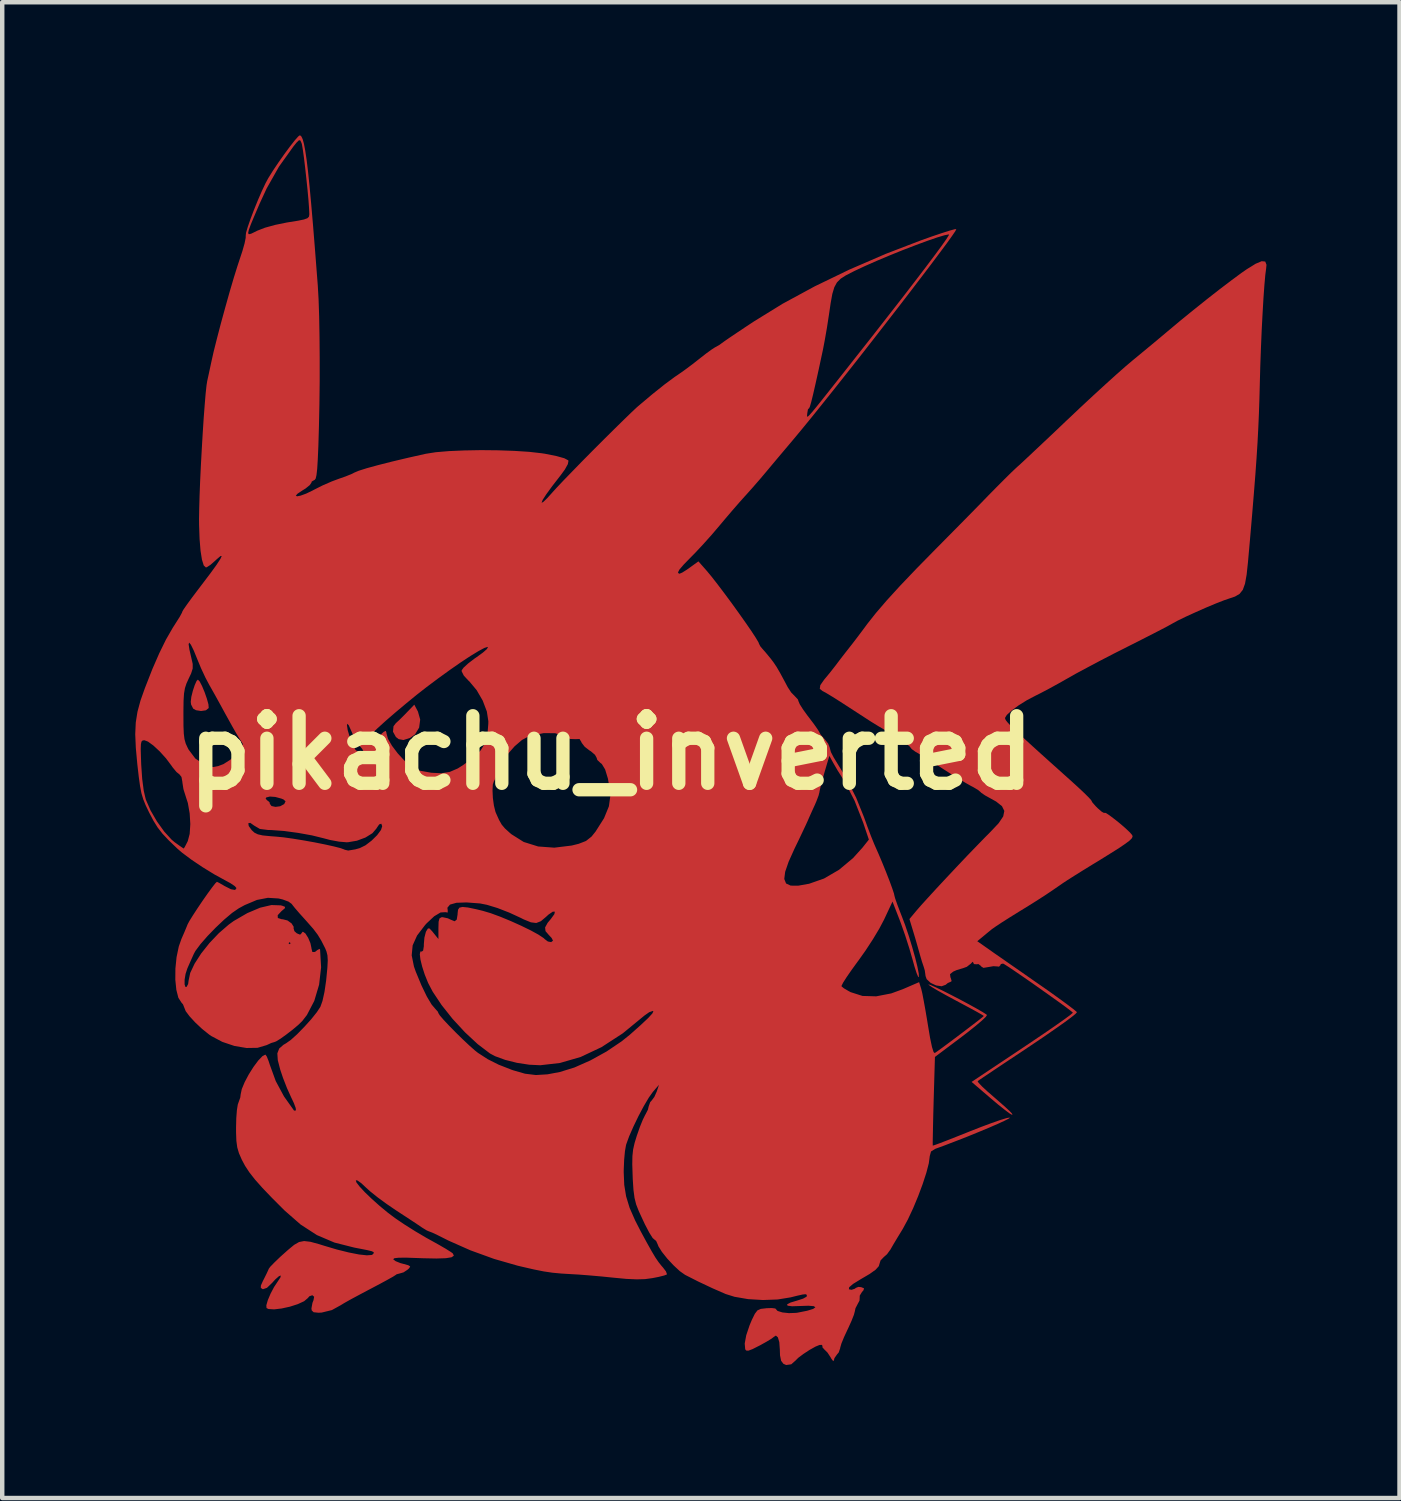
<source format=kicad_pcb>
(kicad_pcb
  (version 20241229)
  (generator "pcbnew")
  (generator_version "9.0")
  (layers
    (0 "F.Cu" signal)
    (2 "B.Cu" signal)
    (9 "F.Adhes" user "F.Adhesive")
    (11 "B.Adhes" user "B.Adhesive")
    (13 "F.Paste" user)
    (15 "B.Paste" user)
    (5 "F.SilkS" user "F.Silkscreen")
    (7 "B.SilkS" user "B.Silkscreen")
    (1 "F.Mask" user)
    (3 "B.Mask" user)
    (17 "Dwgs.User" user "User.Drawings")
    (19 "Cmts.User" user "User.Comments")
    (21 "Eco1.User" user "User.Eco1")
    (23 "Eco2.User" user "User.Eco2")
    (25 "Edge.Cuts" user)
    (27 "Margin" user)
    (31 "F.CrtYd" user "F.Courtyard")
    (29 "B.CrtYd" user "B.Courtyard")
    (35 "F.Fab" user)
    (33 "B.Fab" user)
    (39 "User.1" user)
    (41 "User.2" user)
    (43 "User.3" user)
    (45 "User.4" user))
  (footprint "pikachu_inverted"
    (layer "F.Cu")
    (at 10.735 13.927)
    (property "Reference" "pikachu_inverted" (at 0 0 0) (layer "F.SilkS") (effects (font (size 1.524 1.524) (thickness 0.3))))
    (attr board_only exclude_from_pos_files exclude_from_bom)
    (fp_poly (pts (xy -4.359 -0.929) (xy -4.308 -0.748) (xy -4.332 -0.567) (xy -4.424 -0.415) (xy -4.538 -0.334) (xy -4.685 -0.287) (xy -4.792 -0.306) (xy -4.856 -0.355) (xy -4.922 -0.474) (xy -4.91 -0.598) (xy -4.857 -0.667) (xy -4.783 -0.735) (xy -4.675 -0.842) (xy -4.613 -0.906) (xy -4.441 -1.084)) (stroke (width 0) (type solid)) (fill yes) (layer "F.Cu"))
    (fp_poly (pts (xy -9.282 -1.608) (xy -9.228 -1.504) (xy -9.17 -1.365) (xy -9.119 -1.218) (xy -9.084 -1.091) (xy -9.078 -1.012) (xy -9.079 -1.007) (xy -9.142 -0.957) (xy -9.251 -0.941) (xy -9.365 -0.959) (xy -9.428 -0.995) (xy -9.475 -1.087) (xy -9.483 -1.148) (xy -9.47 -1.26) (xy -9.436 -1.396) (xy -9.393 -1.526) (xy -9.351 -1.62) (xy -9.322 -1.649)) (stroke (width 0) (type solid)) (fill yes) (layer "F.Cu"))
    (fp_poly (pts (xy 14.751 -11.078) (xy 14.779 -11.005) (xy 14.771 -10.921) (xy 14.752 -10.775) (xy 14.732 -10.549) (xy 14.711 -10.258) (xy 14.691 -9.916) (xy 14.671 -9.536) (xy 14.654 -9.134) (xy 14.639 -8.723) (xy 14.628 -8.317) (xy 14.628 -8.31) (xy 14.619 -7.97) (xy 14.608 -7.647) (xy 14.594 -7.328) (xy 14.577 -7) (xy 14.555 -6.652) (xy 14.528 -6.271) (xy 14.494 -5.843) (xy 14.454 -5.357) (xy 14.406 -4.801) (xy 14.361 -4.296) (xy 14.331 -4.016) (xy 14.295 -3.814) (xy 14.245 -3.675) (xy 14.172 -3.583) (xy 14.068 -3.522) (xy 13.952 -3.483) (xy 13.823 -3.439) (xy 13.634 -3.365) (xy 13.41 -3.271) (xy 13.175 -3.167) (xy 12.954 -3.066) (xy 12.771 -2.977) (xy 12.658 -2.915) (xy 12.572 -2.867) (xy 12.417 -2.785) (xy 12.209 -2.678) (xy 11.963 -2.552) (xy 11.694 -2.416) (xy 11.644 -2.391) (xy 11.343 -2.239) (xy 11.034 -2.079) (xy 10.742 -1.924) (xy 10.488 -1.788) (xy 10.306 -1.685) (xy 10.087 -1.561) (xy 9.868 -1.441) (xy 9.678 -1.341) (xy 9.578 -1.291) (xy 9.377 -1.186) (xy 9.188 -1.068) (xy 9.03 -0.952) (xy 8.922 -0.852) (xy 8.883 -0.788) (xy 8.885 -0.765) (xy 8.902 -0.731) (xy 8.941 -0.682) (xy 9.008 -0.61) (xy 9.109 -0.512) (xy 9.249 -0.38) (xy 9.435 -0.209) (xy 9.673 0.007) (xy 9.969 0.273) (xy 10.329 0.596) (xy 10.343 0.608) (xy 10.52 0.769) (xy 10.667 0.907) (xy 10.773 1.012) (xy 10.825 1.07) (xy 10.829 1.078) (xy 10.853 1.122) (xy 10.927 1.206) (xy 10.973 1.252) (xy 11.063 1.33) (xy 11.119 1.361) (xy 11.127 1.353) (xy 11.159 1.36) (xy 11.241 1.414) (xy 11.355 1.5) (xy 11.483 1.603) (xy 11.603 1.707) (xy 11.699 1.798) (xy 11.751 1.859) (xy 11.759 1.891) (xy 11.742 1.929) (xy 11.692 1.98) (xy 11.598 2.051) (xy 11.454 2.149) (xy 11.249 2.278) (xy 10.975 2.448) (xy 10.869 2.512) (xy 10.651 2.646) (xy 10.451 2.771) (xy 10.287 2.875) (xy 10.179 2.946) (xy 10.165 2.956) (xy 9.974 3.088) (xy 9.802 3.204) (xy 9.622 3.32) (xy 9.409 3.454) (xy 9.191 3.588) (xy 8.988 3.714) (xy 8.807 3.829) (xy 8.667 3.922) (xy 8.587 3.978) (xy 8.586 3.979) (xy 8.472 4.072) (xy 8.371 4.156) (xy 8.256 4.251) (xy 8.506 4.426) (xy 8.619 4.506) (xy 8.795 4.628) (xy 9.016 4.782) (xy 9.268 4.957) (xy 9.534 5.143) (xy 9.622 5.204) (xy 9.873 5.379) (xy 10.096 5.539) (xy 10.282 5.675) (xy 10.418 5.778) (xy 10.493 5.84) (xy 10.504 5.853) (xy 10.47 5.891) (xy 10.368 5.973) (xy 10.207 6.092) (xy 9.995 6.241) (xy 9.744 6.415) (xy 9.463 6.604) (xy 9.403 6.644) (xy 9.115 6.836) (xy 8.853 7.01) (xy 8.627 7.161) (xy 8.447 7.282) (xy 8.324 7.365) (xy 8.266 7.405) (xy 8.263 7.407) (xy 8.285 7.444) (xy 8.363 7.526) (xy 8.483 7.637) (xy 8.52 7.669) (xy 8.736 7.857) (xy 8.889 7.992) (xy 8.986 8.082) (xy 9.037 8.136) (xy 9.05 8.161) (xy 9.038 8.165) (xy 8.986 8.136) (xy 8.879 8.056) (xy 8.732 7.939) (xy 8.562 7.796) (xy 8.56 7.794) (xy 8.128 7.424) (xy 9.276 6.659) (xy 9.566 6.464) (xy 9.829 6.286) (xy 10.054 6.13) (xy 10.232 6.004) (xy 10.354 5.914) (xy 10.409 5.867) (xy 10.412 5.862) (xy 10.371 5.827) (xy 10.268 5.748) (xy 10.115 5.636) (xy 9.927 5.502) (xy 9.719 5.354) (xy 9.505 5.203) (xy 9.298 5.059) (xy 9.114 4.933) (xy 8.966 4.833) (xy 8.868 4.771) (xy 8.839 4.755) (xy 8.786 4.766) (xy 8.78 4.789) (xy 8.746 4.825) (xy 8.712 4.82) (xy 8.62 4.814) (xy 8.504 4.834) (xy 8.395 4.852) (xy 8.343 4.819) (xy 8.339 4.809) (xy 8.282 4.766) (xy 8.242 4.771) (xy 8.18 4.767) (xy 8.169 4.738) (xy 8.151 4.714) (xy 8.111 4.757) (xy 8.02 4.828) (xy 7.935 4.859) (xy 7.796 4.9) (xy 7.714 4.936) (xy 7.642 4.993) (xy 7.65 5.064) (xy 7.657 5.077) (xy 7.678 5.15) (xy 7.658 5.165) (xy 7.591 5.194) (xy 7.544 5.233) (xy 7.452 5.267) (xy 7.327 5.248) (xy 7.204 5.19) (xy 7.115 5.107) (xy 7.09 5.038) (xy 7.072 4.909) (xy 7.047 4.826) (xy 7.008 4.71) (xy 6.964 4.56) (xy 6.956 4.531) (xy 6.914 4.382) (xy 6.859 4.191) (xy 6.816 4.047) (xy 6.726 3.751) (xy 6.881 3.565) (xy 6.987 3.443) (xy 7.145 3.269) (xy 7.341 3.055) (xy 7.562 2.818) (xy 7.795 2.57) (xy 8.026 2.326) (xy 8.242 2.102) (xy 8.429 1.91) (xy 8.557 1.781) (xy 8.738 1.589) (xy 8.841 1.436) (xy 8.866 1.312) (xy 8.813 1.205) (xy 8.682 1.101) (xy 8.556 1.031) (xy 8.433 0.963) (xy 8.348 0.905) (xy 8.33 0.887) (xy 8.275 0.841) (xy 8.167 0.776) (xy 8.107 0.745) (xy 7.999 0.684) (xy 7.848 0.594) (xy 7.676 0.488) (xy 7.506 0.379) (xy 7.36 0.283) (xy 7.259 0.212) (xy 7.23 0.188) (xy 7.179 0.155) (xy 7.071 0.094) (xy 6.984 0.048) (xy 6.86 -0.023) (xy 6.779 -0.081) (xy 6.761 -0.104) (xy 6.725 -0.148) (xy 6.632 -0.22) (xy 6.561 -0.269) (xy 6.442 -0.348) (xy 6.359 -0.408) (xy 6.338 -0.426) (xy 6.279 -0.463) (xy 6.232 -0.483) (xy 6.156 -0.522) (xy 6.026 -0.599) (xy 5.865 -0.698) (xy 5.809 -0.734) (xy 5.598 -0.871) (xy 5.365 -1.022) (xy 5.16 -1.155) (xy 5.153 -1.159) (xy 4.995 -1.259) (xy 4.861 -1.34) (xy 4.776 -1.387) (xy 4.766 -1.391) (xy 4.704 -1.442) (xy 4.716 -1.525) (xy 4.804 -1.65) (xy 4.818 -1.667) (xy 4.93 -1.802) (xy 5.046 -1.95) (xy 5.063 -1.972) (xy 5.174 -2.119) (xy 5.289 -2.267) (xy 5.304 -2.286) (xy 5.432 -2.449) (xy 5.547 -2.599) (xy 5.674 -2.768) (xy 5.78 -2.911) (xy 5.969 -3.15) (xy 6.213 -3.434) (xy 6.515 -3.765) (xy 6.881 -4.149) (xy 7.313 -4.589) (xy 7.324 -4.6) (xy 7.573 -4.852) (xy 7.84 -5.122) (xy 8.103 -5.389) (xy 8.339 -5.63) (xy 8.498 -5.794) (xy 8.686 -5.985) (xy 8.865 -6.165) (xy 9.018 -6.316) (xy 9.129 -6.421) (xy 9.155 -6.445) (xy 9.232 -6.514) (xy 9.365 -6.638) (xy 9.546 -6.808) (xy 9.764 -7.013) (xy 10.008 -7.243) (xy 10.267 -7.49) (xy 10.306 -7.526) (xy 10.586 -7.791) (xy 10.871 -8.056) (xy 11.146 -8.308) (xy 11.395 -8.533) (xy 11.606 -8.719) (xy 11.755 -8.845) (xy 11.973 -9.025) (xy 12.204 -9.216) (xy 12.417 -9.394) (xy 12.554 -9.509) (xy 12.832 -9.742) (xy 13.132 -9.986) (xy 13.436 -10.229) (xy 13.729 -10.458) (xy 13.995 -10.66) (xy 14.216 -10.823) (xy 14.336 -10.906) (xy 14.535 -11.029) (xy 14.671 -11.086)) (stroke (width 0) (type solid)) (fill yes) (layer "F.Cu"))
    (fp_poly (pts (xy -6.989 -13.901) (xy -6.959 -13.839) (xy -6.93 -13.734) (xy -6.901 -13.582) (xy -6.87 -13.376) (xy -6.838 -13.111) (xy -6.804 -12.782) (xy -6.767 -12.383) (xy -6.726 -11.908) (xy -6.681 -11.351) (xy -6.631 -10.708) (xy -6.618 -10.54) (xy -6.6 -10.229) (xy -6.587 -9.842) (xy -6.579 -9.395) (xy -6.575 -8.905) (xy -6.575 -8.389) (xy -6.581 -7.865) (xy -6.592 -7.35) (xy -6.605 -6.913) (xy -6.618 -6.617) (xy -6.631 -6.404) (xy -6.647 -6.263) (xy -6.666 -6.182) (xy -6.69 -6.152) (xy -6.697 -6.15) (xy -6.755 -6.116) (xy -6.761 -6.092) (xy -6.799 -6.036) (xy -6.894 -5.959) (xy -6.961 -5.918) (xy -7.075 -5.842) (xy -7.113 -5.798) (xy -7.086 -5.783) (xy -7.005 -5.799) (xy -6.883 -5.843) (xy -6.731 -5.916) (xy -6.704 -5.931) (xy -6.507 -6.03) (xy -6.298 -6.121) (xy -6.15 -6.176) (xy -5.99 -6.232) (xy -5.855 -6.287) (xy -5.798 -6.316) (xy -5.697 -6.359) (xy -5.514 -6.417) (xy -5.258 -6.487) (xy -4.939 -6.568) (xy -4.568 -6.656) (xy -4.179 -6.743) (xy -3.956 -6.778) (xy -3.66 -6.803) (xy -3.314 -6.818) (xy -2.939 -6.825) (xy -2.554 -6.821) (xy -2.183 -6.808) (xy -1.846 -6.786) (xy -1.564 -6.754) (xy -1.493 -6.743) (xy -1.23 -6.69) (xy -1.058 -6.642) (xy -0.973 -6.597) (xy -0.964 -6.584) (xy -0.978 -6.509) (xy -1.046 -6.387) (xy -1.138 -6.261) (xy -1.328 -6.016) (xy -1.465 -5.828) (xy -1.547 -5.701) (xy -1.569 -5.64) (xy -1.568 -5.637) (xy -1.529 -5.659) (xy -1.448 -5.737) (xy -1.34 -5.856) (xy -1.327 -5.871) (xy -1.226 -5.982) (xy -1.072 -6.145) (xy -0.876 -6.347) (xy -0.653 -6.576) (xy -0.413 -6.819) (xy -0.17 -7.062) (xy 0.063 -7.293) (xy 0.274 -7.5) (xy 0.372 -7.595) (xy 4.416 -7.595) (xy 4.42 -7.579) (xy 4.437 -7.584) (xy 4.472 -7.617) (xy 4.531 -7.683) (xy 4.618 -7.788) (xy 4.74 -7.94) (xy 4.902 -8.144) (xy 5.11 -8.407) (xy 5.368 -8.734) (xy 5.478 -8.874) (xy 5.87 -9.371) (xy 6.23 -9.832) (xy 6.557 -10.251) (xy 6.845 -10.625) (xy 7.093 -10.95) (xy 7.297 -11.222) (xy 7.454 -11.435) (xy 7.561 -11.587) (xy 7.614 -11.672) (xy 7.618 -11.691) (xy 7.52 -11.672) (xy 7.352 -11.622) (xy 7.129 -11.545) (xy 6.866 -11.448) (xy 6.578 -11.337) (xy 6.281 -11.217) (xy 5.991 -11.095) (xy 5.721 -10.976) (xy 5.489 -10.867) (xy 5.445 -10.845) (xy 5.288 -10.764) (xy 5.173 -10.69) (xy 5.091 -10.607) (xy 5.032 -10.499) (xy 4.987 -10.349) (xy 4.949 -10.139) (xy 4.907 -9.854) (xy 4.904 -9.836) (xy 4.866 -9.589) (xy 4.82 -9.324) (xy 4.776 -9.092) (xy 4.769 -9.061) (xy 4.681 -8.65) (xy 4.609 -8.325) (xy 4.553 -8.08) (xy 4.511 -7.91) (xy 4.481 -7.807) (xy 4.462 -7.766) (xy 4.457 -7.766) (xy 4.437 -7.744) (xy 4.423 -7.664) (xy 4.419 -7.626) (xy 4.416 -7.595) (xy 0.372 -7.595) (xy 0.449 -7.67) (xy 0.577 -7.79) (xy 0.61 -7.819) (xy 0.926 -8.085) (xy 1.205 -8.308) (xy 1.435 -8.478) (xy 1.502 -8.523) (xy 1.649 -8.626) (xy 1.828 -8.759) (xy 1.995 -8.89) (xy 2.139 -9.003) (xy 2.262 -9.092) (xy 2.339 -9.142) (xy 2.345 -9.145) (xy 2.44 -9.198) (xy 2.486 -9.232) (xy 2.548 -9.277) (xy 2.674 -9.364) (xy 2.849 -9.482) (xy 3.059 -9.622) (xy 3.22 -9.728) (xy 3.867 -10.127) (xy 4.59 -10.519) (xy 5.372 -10.897) (xy 6.193 -11.252) (xy 6.99 -11.558) (xy 7.241 -11.647) (xy 7.461 -11.721) (xy 7.634 -11.776) (xy 7.747 -11.807) (xy 7.784 -11.81) (xy 7.763 -11.767) (xy 7.689 -11.658) (xy 7.569 -11.49) (xy 7.406 -11.271) (xy 7.209 -11.008) (xy 6.981 -10.708) (xy 6.729 -10.378) (xy 6.459 -10.027) (xy 6.175 -9.661) (xy 5.885 -9.288) (xy 5.593 -8.914) (xy 5.305 -8.549) (xy 5.027 -8.198) (xy 4.764 -7.869) (xy 4.523 -7.569) (xy 4.309 -7.307) (xy 4.128 -7.089) (xy 4.103 -7.059) (xy 3.93 -6.854) (xy 3.742 -6.631) (xy 3.571 -6.427) (xy 3.511 -6.355) (xy 3.354 -6.169) (xy 3.185 -5.975) (xy 3.037 -5.809) (xy 3.018 -5.789) (xy 2.892 -5.648) (xy 2.73 -5.462) (xy 2.557 -5.259) (xy 2.448 -5.129) (xy 2.271 -4.921) (xy 2.076 -4.703) (xy 1.893 -4.507) (xy 1.802 -4.415) (xy 1.638 -4.247) (xy 1.54 -4.133) (xy 1.505 -4.066) (xy 1.527 -4.039) (xy 1.542 -4.038) (xy 1.601 -4.063) (xy 1.705 -4.128) (xy 1.774 -4.177) (xy 1.967 -4.316) (xy 2.154 -4.104) (xy 2.261 -3.975) (xy 2.397 -3.801) (xy 2.552 -3.596) (xy 2.716 -3.375) (xy 2.878 -3.15) (xy 3.03 -2.935) (xy 3.161 -2.745) (xy 3.261 -2.592) (xy 3.321 -2.491) (xy 3.333 -2.459) (xy 3.362 -2.402) (xy 3.404 -2.351) (xy 3.478 -2.267) (xy 3.574 -2.151) (xy 3.598 -2.122) (xy 3.667 -2.03) (xy 3.734 -1.929) (xy 3.81 -1.798) (xy 3.909 -1.615) (xy 3.981 -1.479) (xy 4.058 -1.361) (xy 4.14 -1.277) (xy 4.209 -1.204) (xy 4.226 -1.156) (xy 4.253 -1.093) (xy 4.325 -0.979) (xy 4.428 -0.836) (xy 4.46 -0.795) (xy 4.569 -0.651) (xy 4.651 -0.535) (xy 4.692 -0.468) (xy 4.695 -0.46) (xy 4.725 -0.408) (xy 4.799 -0.323) (xy 4.812 -0.309) (xy 4.892 -0.207) (xy 4.929 -0.114) (xy 4.93 -0.107) (xy 4.955 -0.015) (xy 5.018 0.107) (xy 5.04 0.142) (xy 5.295 0.561) (xy 5.525 1.016) (xy 5.701 1.452) (xy 5.78 1.672) (xy 5.86 1.883) (xy 5.929 2.053) (xy 5.955 2.113) (xy 6.031 2.285) (xy 6.116 2.486) (xy 6.201 2.696) (xy 6.278 2.894) (xy 6.339 3.061) (xy 6.377 3.175) (xy 6.385 3.213) (xy 6.402 3.279) (xy 6.447 3.409) (xy 6.511 3.579) (xy 6.545 3.665) (xy 6.628 3.884) (xy 6.711 4.13) (xy 6.788 4.382) (xy 6.855 4.62) (xy 6.906 4.826) (xy 6.936 4.981) (xy 6.939 5.061) (xy 6.922 5.052) (xy 6.887 4.968) (xy 6.84 4.822) (xy 6.797 4.668) (xy 6.721 4.405) (xy 6.629 4.118) (xy 6.536 3.854) (xy 6.507 3.776) (xy 6.344 3.357) (xy 6.153 3.765) (xy 6.048 3.964) (xy 5.903 4.206) (xy 5.737 4.46) (xy 5.569 4.697) (xy 5.565 4.701) (xy 5.425 4.894) (xy 5.31 5.06) (xy 5.229 5.187) (xy 5.194 5.258) (xy 5.194 5.268) (xy 5.247 5.312) (xy 5.354 5.375) (xy 5.401 5.4) (xy 5.667 5.485) (xy 5.976 5.494) (xy 6.316 5.428) (xy 6.576 5.333) (xy 6.944 5.174) (xy 6.991 5.322) (xy 7.015 5.421) (xy 7.048 5.592) (xy 7.088 5.813) (xy 7.13 6.062) (xy 7.142 6.137) (xy 7.192 6.433) (xy 7.235 6.638) (xy 7.271 6.751) (xy 7.297 6.773) (xy 7.36 6.73) (xy 7.476 6.646) (xy 7.628 6.533) (xy 7.8 6.404) (xy 7.976 6.271) (xy 8.141 6.145) (xy 8.278 6.04) (xy 8.371 5.966) (xy 8.404 5.937) (xy 8.365 5.911) (xy 8.257 5.849) (xy 8.094 5.76) (xy 7.89 5.651) (xy 7.767 5.585) (xy 7.55 5.468) (xy 7.367 5.366) (xy 7.233 5.286) (xy 7.162 5.237) (xy 7.154 5.225) (xy 7.201 5.238) (xy 7.312 5.287) (xy 7.472 5.364) (xy 7.661 5.46) (xy 7.864 5.565) (xy 8.062 5.671) (xy 8.239 5.769) (xy 8.378 5.849) (xy 8.46 5.902) (xy 8.475 5.916) (xy 8.448 5.957) (xy 8.358 6.043) (xy 8.215 6.164) (xy 8.033 6.309) (xy 7.901 6.41) (xy 7.301 6.861) (xy 7.272 7.856) (xy 7.264 8.15) (xy 7.258 8.412) (xy 7.254 8.625) (xy 7.251 8.778) (xy 7.252 8.855) (xy 7.252 8.861) (xy 7.296 8.848) (xy 7.414 8.805) (xy 7.591 8.737) (xy 7.814 8.649) (xy 8.07 8.547) (xy 8.079 8.543) (xy 8.342 8.44) (xy 8.581 8.351) (xy 8.779 8.282) (xy 8.921 8.239) (xy 8.991 8.227) (xy 8.975 8.247) (xy 8.884 8.294) (xy 8.731 8.365) (xy 8.531 8.452) (xy 8.296 8.55) (xy 8.039 8.655) (xy 7.773 8.759) (xy 7.512 8.859) (xy 7.312 8.932) (xy 7.213 8.993) (xy 7.184 9.097) (xy 7.183 9.108) (xy 7.163 9.259) (xy 7.108 9.471) (xy 7.025 9.726) (xy 6.923 10) (xy 6.809 10.274) (xy 6.691 10.526) (xy 6.578 10.735) (xy 6.565 10.757) (xy 6.461 10.927) (xy 6.369 11.08) (xy 6.307 11.188) (xy 6.3 11.201) (xy 6.22 11.311) (xy 6.147 11.375) (xy 6.075 11.45) (xy 6.057 11.507) (xy 6.035 11.58) (xy 5.963 11.66) (xy 5.828 11.756) (xy 5.622 11.877) (xy 5.455 11.98) (xy 5.367 12.055) (xy 5.36 12.101) (xy 5.42 12.113) (xy 5.498 12.087) (xy 5.514 12.071) (xy 5.575 12.047) (xy 5.636 12.053) (xy 5.701 12.078) (xy 5.691 12.121) (xy 5.655 12.163) (xy 5.605 12.244) (xy 5.604 12.291) (xy 5.6 12.357) (xy 5.564 12.423) (xy 5.509 12.529) (xy 5.495 12.596) (xy 5.474 12.676) (xy 5.42 12.813) (xy 5.345 12.979) (xy 5.329 13.012) (xy 5.251 13.18) (xy 5.192 13.324) (xy 5.165 13.417) (xy 5.165 13.427) (xy 5.131 13.526) (xy 5.094 13.569) (xy 5.034 13.655) (xy 5.023 13.703) (xy 5.006 13.721) (xy 4.962 13.662) (xy 4.95 13.639) (xy 4.879 13.53) (xy 4.81 13.461) (xy 4.808 13.46) (xy 4.762 13.407) (xy 4.766 13.38) (xy 4.75 13.355) (xy 4.697 13.357) (xy 4.607 13.394) (xy 4.476 13.467) (xy 4.337 13.558) (xy 4.219 13.646) (xy 4.155 13.71) (xy 4.061 13.793) (xy 3.946 13.809) (xy 3.884 13.782) (xy 3.832 13.713) (xy 3.807 13.59) (xy 3.803 13.461) (xy 3.791 13.294) (xy 3.759 13.185) (xy 3.714 13.145) (xy 3.668 13.175) (xy 3.614 13.216) (xy 3.5 13.285) (xy 3.351 13.368) (xy 3.344 13.371) (xy 3.188 13.45) (xy 3.093 13.486) (xy 3.043 13.482) (xy 3.022 13.453) (xy 3.011 13.325) (xy 3.045 13.139) (xy 3.12 12.915) (xy 3.171 12.793) (xy 3.24 12.653) (xy 3.298 12.577) (xy 3.374 12.543) (xy 3.495 12.529) (xy 3.497 12.528) (xy 3.623 12.524) (xy 3.699 12.534) (xy 3.709 12.542) (xy 3.751 12.589) (xy 3.86 12.623) (xy 4.009 12.639) (xy 4.17 12.633) (xy 4.205 12.628) (xy 4.42 12.585) (xy 4.554 12.544) (xy 4.605 12.508) (xy 4.57 12.482) (xy 4.448 12.472) (xy 4.265 12.478) (xy 4.078 12.484) (xy 3.978 12.471) (xy 3.966 12.441) (xy 4.044 12.4) (xy 4.201 12.353) (xy 4.327 12.312) (xy 4.403 12.27) (xy 4.413 12.253) (xy 4.409 12.224) (xy 4.382 12.212) (xy 4.316 12.219) (xy 4.191 12.247) (xy 4.047 12.283) (xy 3.754 12.331) (xy 3.422 12.343) (xy 3.087 12.323) (xy 2.78 12.27) (xy 2.582 12.208) (xy 2.287 12.079) (xy 1.962 11.926) (xy 1.665 11.775) (xy 1.546 11.691) (xy 1.406 11.561) (xy 1.264 11.409) (xy 1.144 11.258) (xy 1.065 11.132) (xy 1.05 11.092) (xy 1.013 11.01) (xy 0.982 10.986) (xy 0.934 10.944) (xy 0.858 10.823) (xy 0.758 10.632) (xy 0.641 10.38) (xy 0.618 10.329) (xy 0.563 10.188) (xy 0.526 10.041) (xy 0.502 9.86) (xy 0.486 9.62) (xy 0.483 9.531) (xy 0.475 9.283) (xy 0.478 9.099) (xy 0.494 8.949) (xy 0.527 8.803) (xy 0.579 8.632) (xy 0.582 8.625) (xy 0.647 8.439) (xy 0.712 8.278) (xy 0.765 8.17) (xy 0.773 8.157) (xy 0.828 8.05) (xy 0.845 7.977) (xy 0.879 7.881) (xy 0.912 7.844) (xy 0.973 7.762) (xy 1.027 7.641) (xy 1.028 7.638) (xy 1.078 7.489) (xy 0.939 7.65) (xy 0.848 7.778) (xy 0.735 7.969) (xy 0.615 8.195) (xy 0.501 8.431) (xy 0.405 8.65) (xy 0.34 8.828) (xy 0.334 8.85) (xy 0.31 8.985) (xy 0.292 9.178) (xy 0.283 9.394) (xy 0.282 9.462) (xy 0.294 9.747) (xy 0.336 10.005) (xy 0.415 10.264) (xy 0.54 10.549) (xy 0.668 10.799) (xy 0.808 11.057) (xy 0.916 11.249) (xy 0.999 11.388) (xy 1.069 11.49) (xy 1.134 11.572) (xy 1.166 11.608) (xy 1.235 11.698) (xy 1.257 11.76) (xy 1.254 11.767) (xy 1.195 11.79) (xy 1.072 11.821) (xy 0.931 11.849) (xy 0.762 11.872) (xy 0.575 11.877) (xy 0.345 11.867) (xy 0.049 11.839) (xy -0.218 11.812) (xy -0.491 11.788) (xy -0.734 11.769) (xy -0.892 11.76) (xy -1.126 11.746) (xy -1.326 11.727) (xy -1.522 11.698) (xy -1.742 11.654) (xy -2.016 11.591) (xy -2.113 11.568) (xy -2.642 11.416) (xy -3.176 11.222) (xy -3.67 11.003) (xy -3.759 10.958) (xy -3.913 10.881) (xy -4.034 10.824) (xy -4.098 10.799) (xy -4.101 10.799) (xy -4.16 10.774) (xy -4.256 10.715) (xy -4.263 10.711) (xy -4.352 10.65) (xy -4.5 10.552) (xy -4.683 10.432) (xy -4.859 10.317) (xy -5.068 10.174) (xy -5.27 10.026) (xy -5.437 9.892) (xy -5.528 9.81) (xy -5.637 9.708) (xy -5.722 9.648) (xy -5.76 9.641) (xy -5.747 9.69) (xy -5.674 9.785) (xy -5.554 9.914) (xy -5.399 10.063) (xy -5.222 10.221) (xy -5.037 10.374) (xy -4.878 10.494) (xy -4.667 10.637) (xy -4.416 10.795) (xy -4.167 10.942) (xy -4.078 10.991) (xy -3.889 11.096) (xy -3.727 11.19) (xy -3.613 11.262) (xy -3.573 11.292) (xy -3.549 11.343) (xy -3.6 11.379) (xy -3.73 11.4) (xy -3.943 11.407) (xy -4.244 11.401) (xy -4.351 11.397) (xy -4.614 11.388) (xy -4.791 11.389) (xy -4.889 11.4) (xy -4.917 11.422) (xy -4.917 11.424) (xy -4.864 11.466) (xy -4.753 11.511) (xy -4.699 11.525) (xy -4.578 11.558) (xy -4.534 11.585) (xy -4.555 11.624) (xy -4.589 11.656) (xy -4.683 11.719) (xy -4.748 11.738) (xy -4.84 11.763) (xy -4.862 11.779) (xy -4.918 11.815) (xy -5.041 11.884) (xy -5.214 11.978) (xy -5.42 12.087) (xy -5.47 12.113) (xy -5.683 12.226) (xy -5.871 12.327) (xy -6.015 12.408) (xy -6.096 12.457) (xy -6.104 12.462) (xy -6.3 12.57) (xy -6.529 12.626) (xy -6.599 12.63) (xy -6.711 12.619) (xy -6.755 12.577) (xy -6.761 12.533) (xy -6.738 12.407) (xy -6.715 12.349) (xy -6.7 12.269) (xy -6.741 12.235) (xy -6.808 12.259) (xy -6.844 12.301) (xy -6.926 12.37) (xy -7.069 12.436) (xy -7.246 12.493) (xy -7.433 12.534) (xy -7.602 12.554) (xy -7.729 12.546) (xy -7.774 12.524) (xy -7.778 12.461) (xy -7.744 12.344) (xy -7.682 12.198) (xy -7.603 12.049) (xy -7.529 11.937) (xy -7.46 11.833) (xy -7.452 11.79) (xy -7.494 11.806) (xy -7.577 11.879) (xy -7.645 11.954) (xy -7.764 12.068) (xy -7.853 12.099) (xy -7.864 12.096) (xy -7.903 12.069) (xy -7.901 12.015) (xy -7.855 11.912) (xy -7.832 11.868) (xy -7.771 11.745) (xy -7.732 11.661) (xy -7.725 11.642) (xy -7.691 11.594) (xy -7.599 11.499) (xy -7.467 11.372) (xy -7.307 11.229) (xy -7.283 11.208) (xy -7.151 11.099) (xy -7.04 11.035) (xy -6.926 11.013) (xy -6.783 11.03) (xy -6.589 11.083) (xy -6.474 11.119) (xy -6.184 11.205) (xy -5.917 11.271) (xy -5.688 11.316) (xy -5.511 11.335) (xy -5.402 11.327) (xy -5.38 11.315) (xy -5.355 11.285) (xy -5.359 11.262) (xy -5.405 11.241) (xy -5.509 11.216) (xy -5.684 11.182) (xy -5.797 11.16) (xy -6.243 11.047) (xy -6.639 10.878) (xy -7.006 10.64) (xy -7.368 10.323) (xy -7.371 10.32) (xy -7.649 10.042) (xy -7.867 9.814) (xy -8.034 9.626) (xy -8.161 9.464) (xy -8.257 9.318) (xy -8.333 9.176) (xy -8.334 9.173) (xy -8.396 9.031) (xy -8.434 8.901) (xy -8.454 8.754) (xy -8.461 8.557) (xy -8.461 8.449) (xy -8.456 8.241) (xy -8.442 8.06) (xy -8.422 7.934) (xy -8.409 7.897) (xy -8.366 7.776) (xy -8.357 7.704) (xy -8.332 7.586) (xy -8.267 7.43) (xy -8.175 7.256) (xy -8.068 7.086) (xy -7.96 6.941) (xy -7.864 6.841) (xy -7.799 6.808) (xy -7.769 6.849) (xy -7.727 6.953) (xy -7.702 7.031) (xy -7.566 7.405) (xy -7.38 7.751) (xy -7.152 8.072) (xy -7.112 8.067) (xy -7.11 8.065) (xy -7.116 8.012) (xy -7.157 7.902) (xy -7.223 7.762) (xy -7.312 7.565) (xy -7.402 7.334) (xy -7.464 7.15) (xy -7.52 6.933) (xy -7.53 6.78) (xy -7.488 6.671) (xy -7.392 6.587) (xy -7.335 6.554) (xy -7.226 6.477) (xy -7.082 6.347) (xy -6.923 6.184) (xy -6.768 6.013) (xy -6.64 5.853) (xy -6.559 5.73) (xy -6.512 5.598) (xy -6.467 5.395) (xy -6.43 5.142) (xy -6.423 5.074) (xy -6.401 4.844) (xy -6.393 4.683) (xy -6.4 4.57) (xy -6.4 4.569) (xy -4.5 4.569) (xy -4.449 4.821) (xy -4.409 4.935) (xy -4.28 5.246) (xy -4.159 5.497) (xy -4.051 5.678) (xy -3.971 5.772) (xy -3.91 5.84) (xy -3.897 5.874) (xy -3.865 5.925) (xy -3.779 6.025) (xy -3.655 6.157) (xy -3.507 6.308) (xy -3.351 6.461) (xy -3.202 6.601) (xy -3.076 6.713) (xy -3.005 6.769) (xy -2.784 6.912) (xy -2.539 7.035) (xy -2.238 7.153) (xy -2.208 7.163) (xy -1.944 7.239) (xy -1.699 7.269) (xy -1.437 7.253) (xy -1.16 7.201) (xy -0.83 7.099) (xy -0.469 6.939) (xy -0.105 6.738) (xy 0.233 6.51) (xy 0.419 6.361) (xy 0.663 6.144) (xy 0.833 5.984) (xy 0.929 5.879) (xy 0.951 5.828) (xy 0.939 5.823) (xy 0.857 5.852) (xy 0.755 5.923) (xy 0.75 5.927) (xy 0.26 6.329) (xy -0.219 6.64) (xy -0.69 6.862) (xy -1.157 6.997) (xy -1.6 7.048) (xy -1.85 7.036) (xy -2.125 6.994) (xy -2.392 6.927) (xy -2.619 6.844) (xy -2.735 6.782) (xy -3.012 6.571) (xy -3.299 6.304) (xy -3.577 6.003) (xy -3.825 5.691) (xy -4.026 5.389) (xy -4.128 5.195) (xy -4.205 5.005) (xy -4.264 4.822) (xy -4.303 4.662) (xy -4.317 4.543) (xy -4.303 4.482) (xy -4.272 4.484) (xy -4.242 4.462) (xy -4.226 4.363) (xy -4.226 4.319) (xy -4.213 4.169) (xy -4.181 4.044) (xy -4.172 4.025) (xy -4.134 3.964) (xy -4.098 3.963) (xy -4.038 4.027) (xy -4.008 4.064) (xy -3.897 4.202) (xy -3.897 3.956) (xy -3.893 3.811) (xy -3.873 3.737) (xy -3.831 3.711) (xy -3.802 3.709) (xy -3.685 3.734) (xy -3.617 3.766) (xy -3.531 3.801) (xy -3.484 3.764) (xy -3.465 3.646) (xy -3.464 3.62) (xy -3.455 3.541) (xy -3.424 3.494) (xy -3.355 3.478) (xy -3.234 3.49) (xy -3.046 3.529) (xy -2.895 3.566) (xy -2.717 3.619) (xy -2.5 3.699) (xy -2.263 3.797) (xy -2.028 3.903) (xy -1.813 4.008) (xy -1.64 4.103) (xy -1.526 4.179) (xy -1.502 4.202) (xy -1.429 4.257) (xy -1.354 4.271) (xy -1.315 4.24) (xy -1.315 4.233) (xy -1.346 4.175) (xy -1.409 4.108) (xy -1.482 4.023) (xy -1.491 3.94) (xy -1.434 3.836) (xy -1.363 3.751) (xy -1.282 3.64) (xy -1.271 3.584) (xy -1.318 3.585) (xy -1.414 3.65) (xy -1.473 3.704) (xy -1.587 3.8) (xy -1.691 3.84) (xy -1.811 3.825) (xy -1.975 3.758) (xy -2.036 3.727) (xy -2.298 3.606) (xy -2.563 3.503) (xy -2.802 3.43) (xy -2.958 3.399) (xy -3.265 3.376) (xy -3.491 3.384) (xy -3.636 3.425) (xy -3.695 3.496) (xy -3.687 3.557) (xy -3.688 3.604) (xy -3.739 3.596) (xy -3.848 3.602) (xy -3.992 3.688) (xy -4.161 3.846) (xy -4.196 3.884) (xy -4.378 4.122) (xy -4.478 4.343) (xy -4.5 4.569) (xy -6.4 4.569) (xy -6.422 4.481) (xy -6.45 4.413) (xy -6.537 4.241) (xy -6.62 4.104) (xy -6.722 3.969) (xy -6.864 3.808) (xy -6.906 3.761) (xy -7.033 3.62) (xy -7.137 3.499) (xy -7.201 3.418) (xy -7.207 3.409) (xy -7.277 3.358) (xy -7.407 3.31) (xy -7.502 3.287) (xy -7.743 3.272) (xy -7.991 3.32) (xy -8.266 3.436) (xy -8.4 3.509) (xy -8.551 3.613) (xy -8.731 3.765) (xy -8.922 3.946) (xy -9.106 4.136) (xy -9.264 4.317) (xy -9.377 4.469) (xy -9.413 4.535) (xy -9.484 4.693) (xy -9.551 4.845) (xy -9.56 4.866) (xy -9.6 4.989) (xy -9.621 5.116) (xy -9.622 5.223) (xy -9.603 5.282) (xy -9.578 5.282) (xy -9.542 5.217) (xy -9.531 5.137) (xy -9.495 4.966) (xy -9.396 4.757) (xy -9.247 4.526) (xy -9.064 4.296) (xy -7.277 4.296) (xy -7.254 4.319) (xy -7.23 4.296) (xy -7.254 4.272) (xy -7.277 4.296) (xy -9.064 4.296) (xy -9.06 4.291) (xy -8.849 4.069) (xy -8.626 3.876) (xy -8.514 3.795) (xy -8.207 3.617) (xy -7.919 3.495) (xy -7.663 3.435) (xy -7.453 3.442) (xy -7.418 3.451) (xy -7.356 3.476) (xy -7.361 3.508) (xy -7.435 3.571) (xy -7.44 3.576) (xy -7.522 3.664) (xy -7.519 3.727) (xy -7.431 3.755) (xy -7.407 3.756) (xy -7.301 3.783) (xy -7.209 3.849) (xy -7.161 3.926) (xy -7.164 3.96) (xy -7.145 4.024) (xy -7.09 4.073) (xy -7.017 4.103) (xy -6.996 4.085) (xy -6.961 4.039) (xy -6.95 4.038) (xy -6.896 4.077) (xy -6.835 4.174) (xy -6.784 4.294) (xy -6.761 4.403) (xy -6.761 4.411) (xy -6.74 4.494) (xy -6.681 4.493) (xy -6.629 4.451) (xy -6.579 4.424) (xy -6.566 4.439) (xy -6.543 4.839) (xy -6.588 5.231) (xy -6.697 5.597) (xy -6.863 5.915) (xy -6.968 6.051) (xy -7.056 6.137) (xy -7.182 6.243) (xy -7.323 6.352) (xy -7.455 6.447) (xy -7.557 6.51) (xy -7.599 6.526) (xy -7.667 6.546) (xy -7.773 6.595) (xy -7.777 6.596) (xy -7.976 6.655) (xy -8.225 6.659) (xy -8.498 6.613) (xy -8.771 6.521) (xy -9.02 6.389) (xy -9.068 6.356) (xy -9.229 6.227) (xy -9.382 6.083) (xy -9.51 5.944) (xy -9.597 5.828) (xy -9.625 5.757) (xy -9.658 5.674) (xy -9.691 5.637) (xy -9.762 5.527) (xy -9.808 5.347) (xy -9.831 5.12) (xy -9.829 4.867) (xy -9.803 4.61) (xy -9.753 4.371) (xy -9.694 4.202) (xy -9.626 4.046) (xy -9.565 3.899) (xy -9.555 3.873) (xy -9.513 3.794) (xy -9.434 3.667) (xy -9.331 3.509) (xy -9.217 3.34) (xy -9.103 3.177) (xy -9.002 3.039) (xy -8.928 2.944) (xy -8.893 2.911) (xy -8.846 2.933) (xy -8.75 2.988) (xy -8.722 3.005) (xy -8.576 3.079) (xy -8.483 3.095) (xy -8.451 3.053) (xy -8.49 3.008) (xy -8.59 2.941) (xy -8.698 2.882) (xy -8.762 2.847) (xy 3.903 2.847) (xy 3.944 2.949) (xy 4.048 2.997) (xy 4.219 2.998) (xy 4.457 2.956) (xy 4.46 2.956) (xy 4.8 2.837) (xy 5.138 2.64) (xy 5.453 2.377) (xy 5.664 2.144) (xy 5.811 1.959) (xy 5.683 1.578) (xy 5.489 1.083) (xy 5.268 0.656) (xy 5.201 0.549) (xy 5.105 0.397) (xy 5.015 0.242) (xy 5.007 0.228) (xy 4.92 0.07) (xy 4.809 0.446) (xy 4.758 0.628) (xy 4.719 0.779) (xy 4.698 0.873) (xy 4.697 0.887) (xy 4.677 0.965) (xy 4.629 1.092) (xy 4.596 1.169) (xy 4.523 1.329) (xy 4.456 1.479) (xy 4.436 1.526) (xy 4.391 1.625) (xy 4.316 1.784) (xy 4.222 1.982) (xy 4.135 2.161) (xy 4.001 2.459) (xy 3.923 2.686) (xy 3.903 2.847) (xy -8.762 2.847) (xy -8.947 2.746) (xy -9.211 2.584) (xy -9.463 2.415) (xy -9.676 2.256) (xy -9.782 2.165) (xy -9.978 1.977) (xy -10.121 1.825) (xy -10.23 1.685) (xy -10.325 1.532) (xy -10.424 1.343) (xy -10.426 1.338) (xy -10.5 1.184) (xy -10.554 1.05) (xy -10.595 0.914) (xy -10.626 0.754) (xy -10.655 0.546) (xy -10.687 0.268) (xy -10.688 0.258) (xy -10.719 -0.079) (xy -10.611 -0.079) (xy -10.606 0.1) (xy -10.6 0.27) (xy -10.578 0.591) (xy -10.543 0.858) (xy -10.498 1.05) (xy -10.496 1.056) (xy -10.391 1.298) (xy -10.246 1.548) (xy -10.081 1.778) (xy -9.915 1.96) (xy -9.845 2.019) (xy -9.733 2.099) (xy -9.659 2.15) (xy -9.641 2.16) (xy -9.616 2.122) (xy -9.567 2.027) (xy -9.55 1.993) (xy -9.507 1.83) (xy -9.493 1.612) (xy -9.494 1.59) (xy -8.185 1.59) (xy -8.175 1.653) (xy -8.107 1.747) (xy -8.046 1.803) (xy -7.97 1.84) (xy -7.859 1.865) (xy -7.688 1.882) (xy -7.556 1.892) (xy -7.389 1.908) (xy -7.177 1.938) (xy -6.938 1.977) (xy -6.692 2.021) (xy -6.458 2.068) (xy -6.255 2.113) (xy -6.103 2.152) (xy -6.02 2.182) (xy -6.014 2.187) (xy -5.932 2.206) (xy -5.771 2.179) (xy -5.671 2.151) (xy -5.543 2.088) (xy -5.405 1.983) (xy -5.28 1.86) (xy -5.192 1.741) (xy -5.165 1.658) (xy -5.185 1.6) (xy -5.233 1.616) (xy -5.29 1.699) (xy -5.294 1.708) (xy -5.386 1.815) (xy -5.542 1.912) (xy -5.735 1.984) (xy -5.934 2.018) (xy -5.973 2.019) (xy -6.137 2.005) (xy -6.338 1.968) (xy -6.486 1.929) (xy -6.749 1.864) (xy -7.059 1.808) (xy -7.376 1.765) (xy -7.659 1.744) (xy -7.741 1.742) (xy -7.924 1.719) (xy -8.053 1.643) (xy -8.141 1.581) (xy -8.185 1.59) (xy -9.494 1.59) (xy -9.507 1.369) (xy -9.548 1.135) (xy -9.581 1.033) (xy -7.794 1.033) (xy -7.758 1.078) (xy -7.747 1.08) (xy -7.705 1.118) (xy -7.7 1.15) (xy -7.662 1.202) (xy -7.572 1.221) (xy -7.466 1.207) (xy -7.38 1.16) (xy -7.372 1.151) (xy -7.345 1.095) (xy -7.391 1.054) (xy -7.44 1.034) (xy -7.576 0.997) (xy -7.699 0.988) (xy -7.779 1.008) (xy -7.794 1.033) (xy -9.581 1.033) (xy -9.6 0.973) (xy -9.638 0.853) (xy -2.677 0.853) (xy -2.669 1.021) (xy -2.646 1.189) (xy -2.612 1.328) (xy -2.602 1.354) (xy -2.53 1.515) (xy -2.469 1.622) (xy -2.396 1.708) (xy -2.287 1.807) (xy -2.249 1.839) (xy -1.974 2.012) (xy -1.648 2.114) (xy -1.283 2.141) (xy -0.891 2.093) (xy -0.734 2.054) (xy -0.569 1.99) (xy -0.444 1.891) (xy -0.353 1.778) (xy -0.162 1.477) (xy -0.052 1.208) (xy -0.018 0.959) (xy -0.025 0.869) (xy -0.074 0.584) (xy -0.137 0.377) (xy -0.212 0.253) (xy -0.243 0.23) (xy -0.314 0.162) (xy -0.329 0.114) (xy -0.366 0.047) (xy -0.458 -0.032) (xy -0.488 -0.05) (xy -0.598 -0.135) (xy -0.667 -0.225) (xy -0.672 -0.241) (xy -0.715 -0.31) (xy -0.796 -0.306) (xy -0.922 -0.31) (xy -1.062 -0.373) (xy -1.265 -0.441) (xy -1.526 -0.442) (xy -1.837 -0.377) (xy -1.857 -0.371) (xy -2.011 -0.289) (xy -2.179 -0.145) (xy -2.339 0.037) (xy -2.468 0.233) (xy -2.528 0.366) (xy -2.581 0.507) (xy -2.626 0.609) (xy -2.645 0.642) (xy -2.67 0.717) (xy -2.677 0.853) (xy -9.638 0.853) (xy -9.648 0.82) (xy -9.671 0.672) (xy -9.672 0.657) (xy -9.692 0.546) (xy -9.738 0.488) (xy -9.804 0.435) (xy -9.889 0.333) (xy -9.919 0.29) (xy -10.041 0.127) (xy -10.182 -0.029) (xy -10.324 -0.161) (xy -10.447 -0.251) (xy -10.528 -0.282) (xy -10.568 -0.277) (xy -10.594 -0.252) (xy -10.607 -0.191) (xy -10.611 -0.079) (xy -10.719 -0.079) (xy -10.722 -0.114) (xy -10.735 -0.419) (xy -10.723 -0.682) (xy -10.695 -0.859) (xy -9.648 -0.859) (xy -9.647 -0.61) (xy -9.64 -0.434) (xy -9.624 -0.306) (xy -9.596 -0.206) (xy -9.552 -0.111) (xy -9.532 -0.072) (xy -9.381 0.129) (xy -9.226 0.235) (xy -9.082 0.301) (xy -8.976 0.323) (xy -8.867 0.302) (xy -8.745 0.256) (xy -8.589 0.157) (xy -8.449 0.01) (xy -8.437 -0.006) (xy -8.306 -0.195) (xy -8.4 -0.344) (xy -8.465 -0.452) (xy -8.558 -0.615) (xy -8.562 -0.623) (xy -5.96 -0.623) (xy -5.943 -0.509) (xy -5.896 -0.352) (xy -5.835 -0.194) (xy -5.773 -0.074) (xy -5.762 -0.059) (xy -5.697 -0.013) (xy -5.624 -0.001) (xy -5.587 -0.029) (xy -5.587 -0.032) (xy -5.616 -0.087) (xy -5.678 -0.161) (xy -5.748 -0.261) (xy -5.752 -0.27) (xy -5.54 -0.27) (xy -5.508 -0.232) (xy -5.428 -0.247) (xy -5.319 -0.307) (xy -5.225 -0.385) (xy -5.131 -0.471) (xy -5.085 -0.494) (xy -5.071 -0.46) (xy -5.07 -0.443) (xy -5.036 -0.317) (xy -4.944 -0.157) (xy -4.814 0.015) (xy -4.664 0.178) (xy -4.513 0.31) (xy -4.38 0.389) (xy -4.348 0.399) (xy -4.059 0.451) (xy -3.832 0.463) (xy -3.641 0.432) (xy -3.462 0.355) (xy -3.341 0.279) (xy -3.106 0.106) (xy -2.945 -0.052) (xy -2.844 -0.217) (xy -2.791 -0.41) (xy -2.772 -0.654) (xy -2.771 -0.711) (xy -2.805 -0.931) (xy -2.898 -1.176) (xy -3.035 -1.412) (xy -3.199 -1.608) (xy -3.221 -1.628) (xy -3.324 -1.739) (xy -3.372 -1.834) (xy -3.373 -1.859) (xy -3.328 -1.921) (xy -3.224 -2.016) (xy -3.081 -2.125) (xy -3.037 -2.155) (xy -2.895 -2.258) (xy -2.805 -2.337) (xy -2.78 -2.381) (xy -2.788 -2.386) (xy -2.857 -2.365) (xy -2.989 -2.295) (xy -3.172 -2.184) (xy -3.392 -2.039) (xy -3.638 -1.868) (xy -3.898 -1.68) (xy -4.161 -1.483) (xy -4.39 -1.304) (xy -4.633 -1.105) (xy -4.869 -0.907) (xy -5.085 -0.72) (xy -5.271 -0.552) (xy -5.416 -0.414) (xy -5.51 -0.317) (xy -5.54 -0.27) (xy -5.752 -0.27) (xy -5.825 -0.408) (xy -5.863 -0.493) (xy -5.919 -0.618) (xy -5.952 -0.654) (xy -5.96 -0.623) (xy -8.562 -0.623) (xy -8.663 -0.805) (xy -8.711 -0.892) (xy -8.824 -1.099) (xy -8.939 -1.307) (xy -9.036 -1.479) (xy -9.063 -1.526) (xy -9.153 -1.696) (xy -9.251 -1.906) (xy -9.327 -2.089) (xy -9.415 -2.305) (xy -9.48 -2.437) (xy -9.519 -2.484) (xy -9.531 -2.447) (xy -9.512 -2.323) (xy -9.47 -2.142) (xy -9.439 -2.003) (xy -9.439 -1.899) (xy -9.474 -1.789) (xy -9.529 -1.673) (xy -9.58 -1.561) (xy -9.614 -1.456) (xy -9.635 -1.334) (xy -9.645 -1.172) (xy -9.648 -0.947) (xy -9.648 -0.859) (xy -10.695 -0.859) (xy -10.684 -0.926) (xy -10.616 -1.178) (xy -10.518 -1.455) (xy -10.349 -1.886) (xy -10.193 -2.244) (xy -10.044 -2.548) (xy -9.89 -2.816) (xy -9.806 -2.948) (xy -9.729 -3.07) (xy -9.681 -3.159) (xy -9.672 -3.186) (xy -9.644 -3.234) (xy -9.569 -3.342) (xy -9.456 -3.497) (xy -9.314 -3.685) (xy -9.226 -3.801) (xy -9.035 -4.053) (xy -8.897 -4.244) (xy -8.813 -4.374) (xy -8.784 -4.438) (xy -8.813 -4.435) (xy -8.899 -4.362) (xy -8.934 -4.329) (xy -9.038 -4.238) (xy -9.12 -4.185) (xy -9.142 -4.179) (xy -9.19 -4.224) (xy -9.23 -4.353) (xy -9.262 -4.555) (xy -9.284 -4.821) (xy -9.295 -5.141) (xy -9.296 -5.272) (xy -9.292 -5.508) (xy -9.284 -5.799) (xy -9.271 -6.13) (xy -9.254 -6.485) (xy -9.234 -6.85) (xy -9.213 -7.209) (xy -9.191 -7.547) (xy -9.168 -7.85) (xy -9.147 -8.101) (xy -9.127 -8.287) (xy -9.112 -8.381) (xy -9.076 -8.546) (xy -9.035 -8.737) (xy -9.021 -8.803) (xy -8.967 -9.044) (xy -8.891 -9.347) (xy -8.802 -9.688) (xy -8.704 -10.045) (xy -8.606 -10.394) (xy -8.512 -10.713) (xy -8.429 -10.979) (xy -8.385 -11.112) (xy -8.318 -11.315) (xy -8.269 -11.488) (xy -8.244 -11.612) (xy -8.243 -11.659) (xy -8.237 -11.719) (xy -8.189 -11.719) (xy -8.171 -11.694) (xy -8.121 -11.706) (xy -8.042 -11.744) (xy -7.982 -11.774) (xy -7.81 -11.841) (xy -7.578 -11.905) (xy -7.319 -11.958) (xy -7.277 -11.965) (xy -7.065 -11.999) (xy -6.929 -12.027) (xy -6.852 -12.055) (xy -6.817 -12.09) (xy -6.809 -12.139) (xy -6.809 -12.158) (xy -6.815 -12.288) (xy -6.829 -12.477) (xy -6.85 -12.705) (xy -6.876 -12.952) (xy -6.903 -13.197) (xy -6.93 -13.421) (xy -6.955 -13.601) (xy -6.975 -13.719) (xy -6.983 -13.747) (xy -7.01 -13.808) (xy -7.041 -13.815) (xy -7.096 -13.762) (xy -7.165 -13.677) (xy -7.493 -13.219) (xy -7.771 -12.727) (xy -7.93 -12.383) (xy -8.046 -12.112) (xy -8.127 -11.918) (xy -8.174 -11.79) (xy -8.189 -11.719) (xy -8.237 -11.719) (xy -8.236 -11.727) (xy -8.197 -11.86) (xy -8.134 -12.041) (xy -8.055 -12.249) (xy -7.967 -12.466) (xy -7.878 -12.671) (xy -7.795 -12.847) (xy -7.735 -12.958) (xy -7.628 -13.13) (xy -7.502 -13.317) (xy -7.371 -13.503) (xy -7.245 -13.673) (xy -7.137 -13.811) (xy -7.057 -13.901) (xy -7.02 -13.927)) (stroke (width 0) (type solid)) (fill yes) (layer "F.Cu")))
  (gr_rect
    (start -3 -3)
    (end 28.514 30.736)
    (stroke (width 0.1) (type default))
    (fill no)
    (layer "Edge.Cuts")))
</source>
